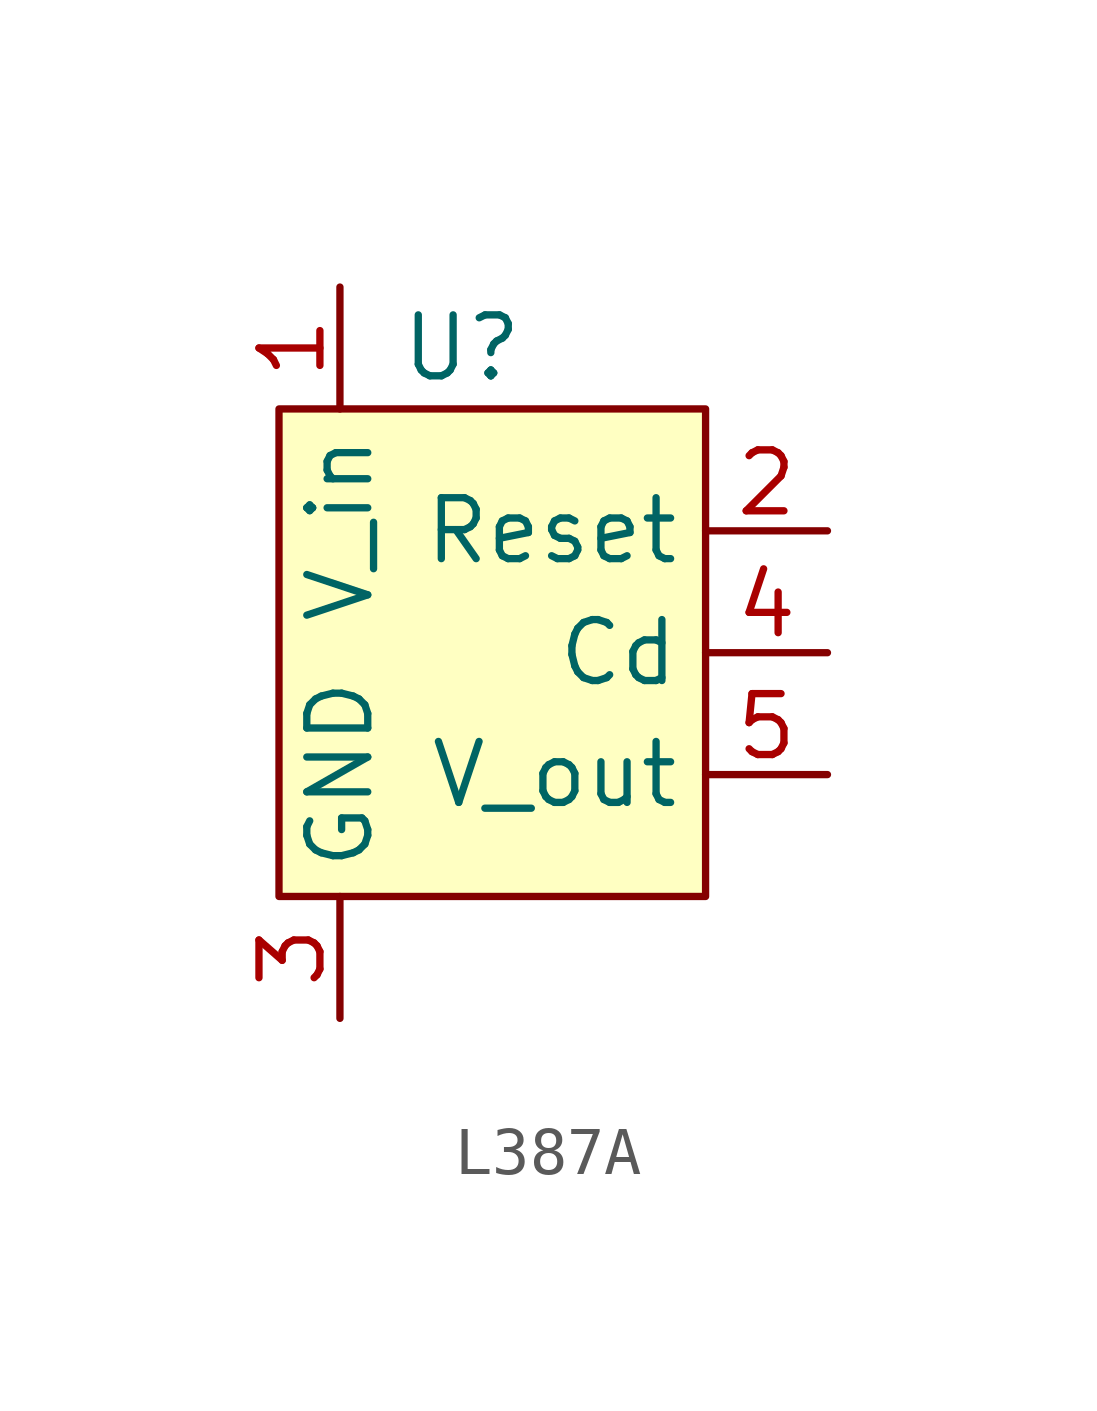
<source format=kicad_sym>
(kicad_symbol_lib
  (version 20220914)
  (generator kicad_symbol_editor)
  (symbol "L387A"
    (property "Reference" "U"
      (at -1.27 1.27 0)
      (effects (font (size 1.27 1.27))))
    (property "Value" ""
      (at 0 0 0)
      (effects (font (size 1.27 1.27))))
    (symbol "L387A_0_0"
      (pin power_in line (at -3.81 2.54 270) (length 2.54) (name "V_in" (effects (font (size 1.27 1.27)))) (number "1" (effects (font (size 1.27 1.27)))))
      (pin output line (at 6.35 -2.54 180) (length 2.54) (name "Reset" (effects (font (size 1.27 1.27)))) (number "2" (effects (font (size 1.27 1.27)))))
      (pin power_in line (at -3.81 -12.7 90) (length 2.54) (name "GND" (effects (font (size 1.27 1.27)))) (number "3" (effects (font (size 1.27 1.27)))))
      (pin output line (at 6.35 -5.08 180) (length 2.54) (name "Cd" (effects (font (size 1.27 1.27)))) (number "4" (effects (font (size 1.27 1.27)))))
      (pin power_out line (at 6.35 -7.62 180) (length 2.54) (name "V_out" (effects (font (size 1.27 1.27)))) (number "5" (effects (font (size 1.27 1.27))))))
    (symbol "L387A_1_1"
      (rectangle (start -5.08 0) (end 3.81 -10.16) (stroke (width 0) (type default)) (fill (type background))))))
</source>
